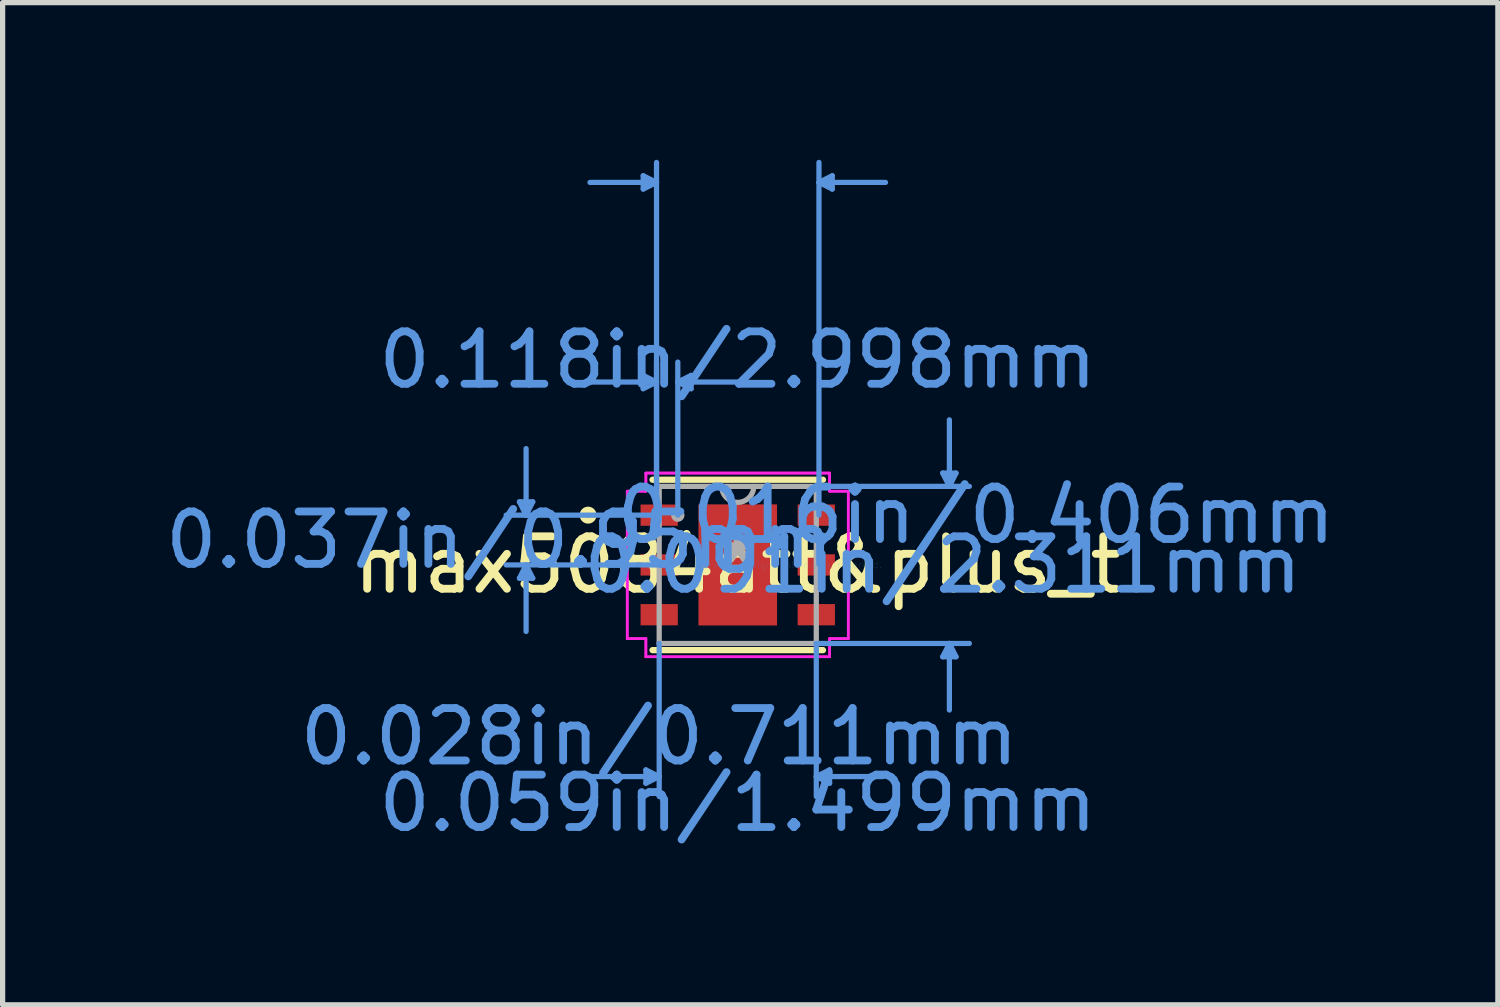
<source format=kicad_pcb>
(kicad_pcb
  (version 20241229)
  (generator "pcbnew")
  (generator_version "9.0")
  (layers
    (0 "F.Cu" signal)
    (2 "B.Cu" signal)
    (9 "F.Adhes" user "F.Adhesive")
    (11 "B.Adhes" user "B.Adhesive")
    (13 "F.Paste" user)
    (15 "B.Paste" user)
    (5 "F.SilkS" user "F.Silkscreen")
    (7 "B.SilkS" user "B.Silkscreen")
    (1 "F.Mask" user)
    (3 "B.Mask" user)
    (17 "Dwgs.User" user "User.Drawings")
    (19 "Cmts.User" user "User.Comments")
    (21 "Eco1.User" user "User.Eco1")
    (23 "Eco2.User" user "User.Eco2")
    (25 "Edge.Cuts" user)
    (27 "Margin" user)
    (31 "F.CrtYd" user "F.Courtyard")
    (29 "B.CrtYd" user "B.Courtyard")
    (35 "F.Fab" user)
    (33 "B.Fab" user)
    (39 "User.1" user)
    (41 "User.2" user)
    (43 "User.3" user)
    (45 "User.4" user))
  (footprint "max5084att&plus_t"
    (layer "F.Cu")
    (at 11.029 7.731)
    (property "Reference" "max5084att&plus_t" (at 0 0 0) (layer "F.SilkS") (effects (font (size 1 1) (thickness 0.15))))
    (attr through_hole)
    (fp_line (start -1.626 1.626) (end 1.626 1.626) (stroke (width 0.12) (type solid)) (layer "F.SilkS"))
    (fp_line (start 1.626 -1.626) (end -1.626 -1.626) (stroke (width 0.12) (type solid)) (layer "F.SilkS"))
    (fp_circle (center -2.856 -0.95) (end -2.754 -0.95) (stroke (width 0.12) (type solid)) (fill no) (layer "F.SilkS"))
    (fp_line (start -4.166 -1.204) (end -3.912 -1.204) (stroke (width 0.1) (type solid)) (layer "Cmts.User"))
    (fp_line (start -4.166 0.254) (end -3.912 0.254) (stroke (width 0.1) (type solid)) (layer "Cmts.User"))
    (fp_line (start -4.039 -0.95) (end -4.166 -1.204) (stroke (width 0.1) (type solid)) (layer "Cmts.User"))
    (fp_line (start -4.039 -0.95) (end -4.039 -2.22) (stroke (width 0.1) (type solid)) (layer "Cmts.User"))
    (fp_line (start -4.039 -0.95) (end -3.912 -1.204) (stroke (width 0.1) (type solid)) (layer "Cmts.User"))
    (fp_line (start -4.039 0) (end -4.166 0.254) (stroke (width 0.1) (type solid)) (layer "Cmts.User"))
    (fp_line (start -4.039 0) (end -4.039 1.27) (stroke (width 0.1) (type solid)) (layer "Cmts.User"))
    (fp_line (start -4.039 0) (end -3.912 0.254) (stroke (width 0.1) (type solid)) (layer "Cmts.User"))
    (fp_line (start -1.804 -7.427) (end -1.804 -7.173) (stroke (width 0.1) (type solid)) (layer "Cmts.User"))
    (fp_line (start -1.804 -3.617) (end -1.804 -3.363) (stroke (width 0.1) (type solid)) (layer "Cmts.User"))
    (fp_line (start -1.753 3.912) (end -1.753 4.166) (stroke (width 0.1) (type solid)) (layer "Cmts.User"))
    (fp_line (start -1.55 -7.3) (end -2.82 -7.3) (stroke (width 0.1) (type solid)) (layer "Cmts.User"))
    (fp_line (start -1.55 -7.3) (end -1.804 -7.427) (stroke (width 0.1) (type solid)) (layer "Cmts.User"))
    (fp_line (start -1.55 -7.3) (end -1.804 -7.173) (stroke (width 0.1) (type solid)) (layer "Cmts.User"))
    (fp_line (start -1.55 -3.49) (end -2.82 -3.49) (stroke (width 0.1) (type solid)) (layer "Cmts.User"))
    (fp_line (start -1.55 -3.49) (end -1.804 -3.617) (stroke (width 0.1) (type solid)) (layer "Cmts.User"))
    (fp_line (start -1.55 -3.49) (end -1.804 -3.363) (stroke (width 0.1) (type solid)) (layer "Cmts.User"))
    (fp_line (start -1.55 -0.95) (end -1.55 -7.681) (stroke (width 0.1) (type solid)) (layer "Cmts.User"))
    (fp_line (start -1.55 -0.95) (end -1.55 -3.871) (stroke (width 0.1) (type solid)) (layer "Cmts.User"))
    (fp_line (start -1.499 -0.95) (end -4.42 -0.95) (stroke (width 0.1) (type solid)) (layer "Cmts.User"))
    (fp_line (start -1.499 0) (end -4.42 0) (stroke (width 0.1) (type solid)) (layer "Cmts.User"))
    (fp_line (start -1.499 1.499) (end -1.499 4.42) (stroke (width 0.1) (type solid)) (layer "Cmts.User"))
    (fp_line (start -1.499 4.039) (end -2.769 4.039) (stroke (width 0.1) (type solid)) (layer "Cmts.User"))
    (fp_line (start -1.499 4.039) (end -1.753 3.912) (stroke (width 0.1) (type solid)) (layer "Cmts.User"))
    (fp_line (start -1.499 4.039) (end -1.753 4.166) (stroke (width 0.1) (type solid)) (layer "Cmts.User"))
    (fp_line (start -1.144 -3.49) (end -0.89 -3.617) (stroke (width 0.1) (type solid)) (layer "Cmts.User"))
    (fp_line (start -1.144 -3.49) (end -0.89 -3.363) (stroke (width 0.1) (type solid)) (layer "Cmts.User"))
    (fp_line (start -1.144 -3.49) (end 0.126 -3.49) (stroke (width 0.1) (type solid)) (layer "Cmts.User"))
    (fp_line (start -1.144 -0.95) (end -1.144 -3.871) (stroke (width 0.1) (type solid)) (layer "Cmts.User"))
    (fp_line (start -0.89 -3.617) (end -0.89 -3.363) (stroke (width 0.1) (type solid)) (layer "Cmts.User"))
    (fp_line (start 1.499 -1.499) (end 4.42 -1.499) (stroke (width 0.1) (type solid)) (layer "Cmts.User"))
    (fp_line (start 1.499 1.499) (end 1.499 4.42) (stroke (width 0.1) (type solid)) (layer "Cmts.User"))
    (fp_line (start 1.499 1.499) (end 4.42 1.499) (stroke (width 0.1) (type solid)) (layer "Cmts.User"))
    (fp_line (start 1.499 4.039) (end 1.753 3.912) (stroke (width 0.1) (type solid)) (layer "Cmts.User"))
    (fp_line (start 1.499 4.039) (end 1.753 4.166) (stroke (width 0.1) (type solid)) (layer "Cmts.User"))
    (fp_line (start 1.499 4.039) (end 2.769 4.039) (stroke (width 0.1) (type solid)) (layer "Cmts.User"))
    (fp_line (start 1.55 -7.3) (end 1.804 -7.427) (stroke (width 0.1) (type solid)) (layer "Cmts.User"))
    (fp_line (start 1.55 -7.3) (end 1.804 -7.173) (stroke (width 0.1) (type solid)) (layer "Cmts.User"))
    (fp_line (start 1.55 -7.3) (end 2.82 -7.3) (stroke (width 0.1) (type solid)) (layer "Cmts.User"))
    (fp_line (start 1.55 -0.95) (end 1.55 -7.681) (stroke (width 0.1) (type solid)) (layer "Cmts.User"))
    (fp_line (start 1.753 3.912) (end 1.753 4.166) (stroke (width 0.1) (type solid)) (layer "Cmts.User"))
    (fp_line (start 1.804 -7.427) (end 1.804 -7.173) (stroke (width 0.1) (type solid)) (layer "Cmts.User"))
    (fp_line (start 3.912 -1.753) (end 4.166 -1.753) (stroke (width 0.1) (type solid)) (layer "Cmts.User"))
    (fp_line (start 3.912 1.753) (end 4.166 1.753) (stroke (width 0.1) (type solid)) (layer "Cmts.User"))
    (fp_line (start 4.039 -1.499) (end 3.912 -1.753) (stroke (width 0.1) (type solid)) (layer "Cmts.User"))
    (fp_line (start 4.039 -1.499) (end 4.039 -2.769) (stroke (width 0.1) (type solid)) (layer "Cmts.User"))
    (fp_line (start 4.039 -1.499) (end 4.166 -1.753) (stroke (width 0.1) (type solid)) (layer "Cmts.User"))
    (fp_line (start 4.039 1.499) (end 3.912 1.753) (stroke (width 0.1) (type solid)) (layer "Cmts.User"))
    (fp_line (start 4.039 1.499) (end 4.039 2.769) (stroke (width 0.1) (type solid)) (layer "Cmts.User"))
    (fp_line (start 4.039 1.499) (end 4.166 1.753) (stroke (width 0.1) (type solid)) (layer "Cmts.User"))
    (fp_line (start -2.109 -1.407) (end -1.753 -1.407) (stroke (width 0.05) (type solid)) (layer "F.CrtYd"))
    (fp_line (start -2.109 -1.407) (end -1.753 -1.407) (stroke (width 0.05) (type solid)) (layer "F.CrtYd"))
    (fp_line (start -2.109 1.407) (end -2.109 -1.407) (stroke (width 0.05) (type solid)) (layer "F.CrtYd"))
    (fp_line (start -2.109 1.407) (end -2.109 -1.407) (stroke (width 0.05) (type solid)) (layer "F.CrtYd"))
    (fp_line (start -2.109 1.407) (end -1.753 1.407) (stroke (width 0.05) (type solid)) (layer "F.CrtYd"))
    (fp_line (start -1.753 -1.753) (end 1.753 -1.753) (stroke (width 0.05) (type solid)) (layer "F.CrtYd"))
    (fp_line (start -1.753 -1.753) (end 1.753 -1.753) (stroke (width 0.05) (type solid)) (layer "F.CrtYd"))
    (fp_line (start -1.753 -1.407) (end -1.753 -1.753) (stroke (width 0.05) (type solid)) (layer "F.CrtYd"))
    (fp_line (start -1.753 -1.407) (end -1.753 -1.753) (stroke (width 0.05) (type solid)) (layer "F.CrtYd"))
    (fp_line (start -1.753 1.407) (end -2.109 1.407) (stroke (width 0.05) (type solid)) (layer "F.CrtYd"))
    (fp_line (start -1.753 1.753) (end -1.753 1.407) (stroke (width 0.05) (type solid)) (layer "F.CrtYd"))
    (fp_line (start -1.753 1.753) (end -1.753 1.407) (stroke (width 0.05) (type solid)) (layer "F.CrtYd"))
    (fp_line (start 1.753 -1.753) (end 1.753 -1.407) (stroke (width 0.05) (type solid)) (layer "F.CrtYd"))
    (fp_line (start 1.753 -1.753) (end 1.753 -1.407) (stroke (width 0.05) (type solid)) (layer "F.CrtYd"))
    (fp_line (start 1.753 -1.407) (end 2.109 -1.407) (stroke (width 0.05) (type solid)) (layer "F.CrtYd"))
    (fp_line (start 1.753 1.407) (end 1.753 1.753) (stroke (width 0.05) (type solid)) (layer "F.CrtYd"))
    (fp_line (start 1.753 1.407) (end 1.753 1.753) (stroke (width 0.05) (type solid)) (layer "F.CrtYd"))
    (fp_line (start 1.753 1.753) (end -1.753 1.753) (stroke (width 0.05) (type solid)) (layer "F.CrtYd"))
    (fp_line (start 1.753 1.753) (end -1.753 1.753) (stroke (width 0.05) (type solid)) (layer "F.CrtYd"))
    (fp_line (start 2.109 -1.407) (end 1.753 -1.407) (stroke (width 0.05) (type solid)) (layer "F.CrtYd"))
    (fp_line (start 2.109 -1.407) (end 2.109 1.407) (stroke (width 0.05) (type solid)) (layer "F.CrtYd"))
    (fp_line (start 2.109 -1.407) (end 2.109 1.407) (stroke (width 0.05) (type solid)) (layer "F.CrtYd"))
    (fp_line (start 2.109 1.407) (end 1.753 1.407) (stroke (width 0.05) (type solid)) (layer "F.CrtYd"))
    (fp_line (start 2.109 1.407) (end 1.753 1.407) (stroke (width 0.05) (type solid)) (layer "F.CrtYd"))
    (fp_line (start -1.499 -1.499) (end -1.499 1.499) (stroke (width 0.1) (type solid)) (layer "F.Fab"))
    (fp_line (start -1.499 1.499) (end 1.499 1.499) (stroke (width 0.1) (type solid)) (layer "F.Fab"))
    (fp_line (start 1.499 -1.499) (end -1.499 -1.499) (stroke (width 0.1) (type solid)) (layer "F.Fab"))
    (fp_line (start 1.499 1.499) (end 1.499 -1.499) (stroke (width 0.1) (type solid)) (layer "F.Fab"))
    (fp_arc (start 0.3048 -1.4986) (mid 0 -1.1938) (end -0.3048 -1.4986) (stroke (width 0.1) (type solid)) (layer "F.Fab"))
    (fp_circle (center -1.144 -0.95) (end -1.067 -0.95) (stroke (width 0.1) (type solid)) (fill no) (layer "F.Fab"))
    (fp_text user "*" (at 0 0 0) (layer "F.SilkS") (effects (font (size 1 1) (thickness 0.15))))
    (fp_text user "Copyright 2021 Accelerated Designs. All rights reserved." (at 0 0 0) (layer "Cmts.User") (effects (font (size 0.127 0.127) (thickness 0.002))))
    (fp_text user "0.059in/1.499mm" (at 0 4.547 0) (layer "Cmts.User") (effects (font (size 1 1) (thickness 0.15))))
    (fp_text user "0.037in/0.95mm" (at -4.547 -0.475 0) (layer "Cmts.User") (effects (font (size 1 1) (thickness 0.15))))
    (fp_text user "0.091in/2.311mm" (at 3.912 0 0) (layer "Cmts.User") (effects (font (size 1 1) (thickness 0.15))))
    (fp_text user "0.016in/0.406mm" (at 4.547 -0.95 0) (layer "Cmts.User") (effects (font (size 1 1) (thickness 0.15))))
    (fp_text user "0.118in/2.998mm" (at 0 -3.912 0) (layer "Cmts.User") (effects (font (size 1 1) (thickness 0.15))))
    (fp_text user "0.028in/0.711mm" (at -1.499 3.277 0) (layer "Cmts.User") (effects (font (size 1 1) (thickness 0.15))))
    (fp_text user "*" (at 0 0 0) (layer "F.Fab") (effects (font (size 1 1) (thickness 0.15))))
    (pad "1" smd rect (at -1.499 -0.95) (size 0.711 0.406) (layers "F.Cu" "F.Mask" "F.Paste"))
    (pad "2" smd rect (at -1.499 0) (size 0.711 0.406) (layers "F.Cu" "F.Mask" "F.Paste"))
    (pad "3" smd rect (at -1.499 0.95) (size 0.711 0.406) (layers "F.Cu" "F.Mask" "F.Paste"))
    (pad "4" smd rect (at 1.499 0.95) (size 0.711 0.406) (layers "F.Cu" "F.Mask" "F.Paste"))
    (pad "5" smd rect (at 1.499 0) (size 0.711 0.406) (layers "F.Cu" "F.Mask" "F.Paste"))
    (pad "6" smd rect (at 1.499 -0.95) (size 0.711 0.406) (layers "F.Cu" "F.Mask" "F.Paste"))
    (pad "7" smd rect (at 0 0) (size 1.499 2.311) (layers "F.Cu" "F.Mask" "F.Paste")))
  (gr_rect
    (start -3 -3)
    (end 25.535 16.126)
    (stroke (width 0.1) (type default))
    (fill no)
    (layer "Edge.Cuts")))
</source>
